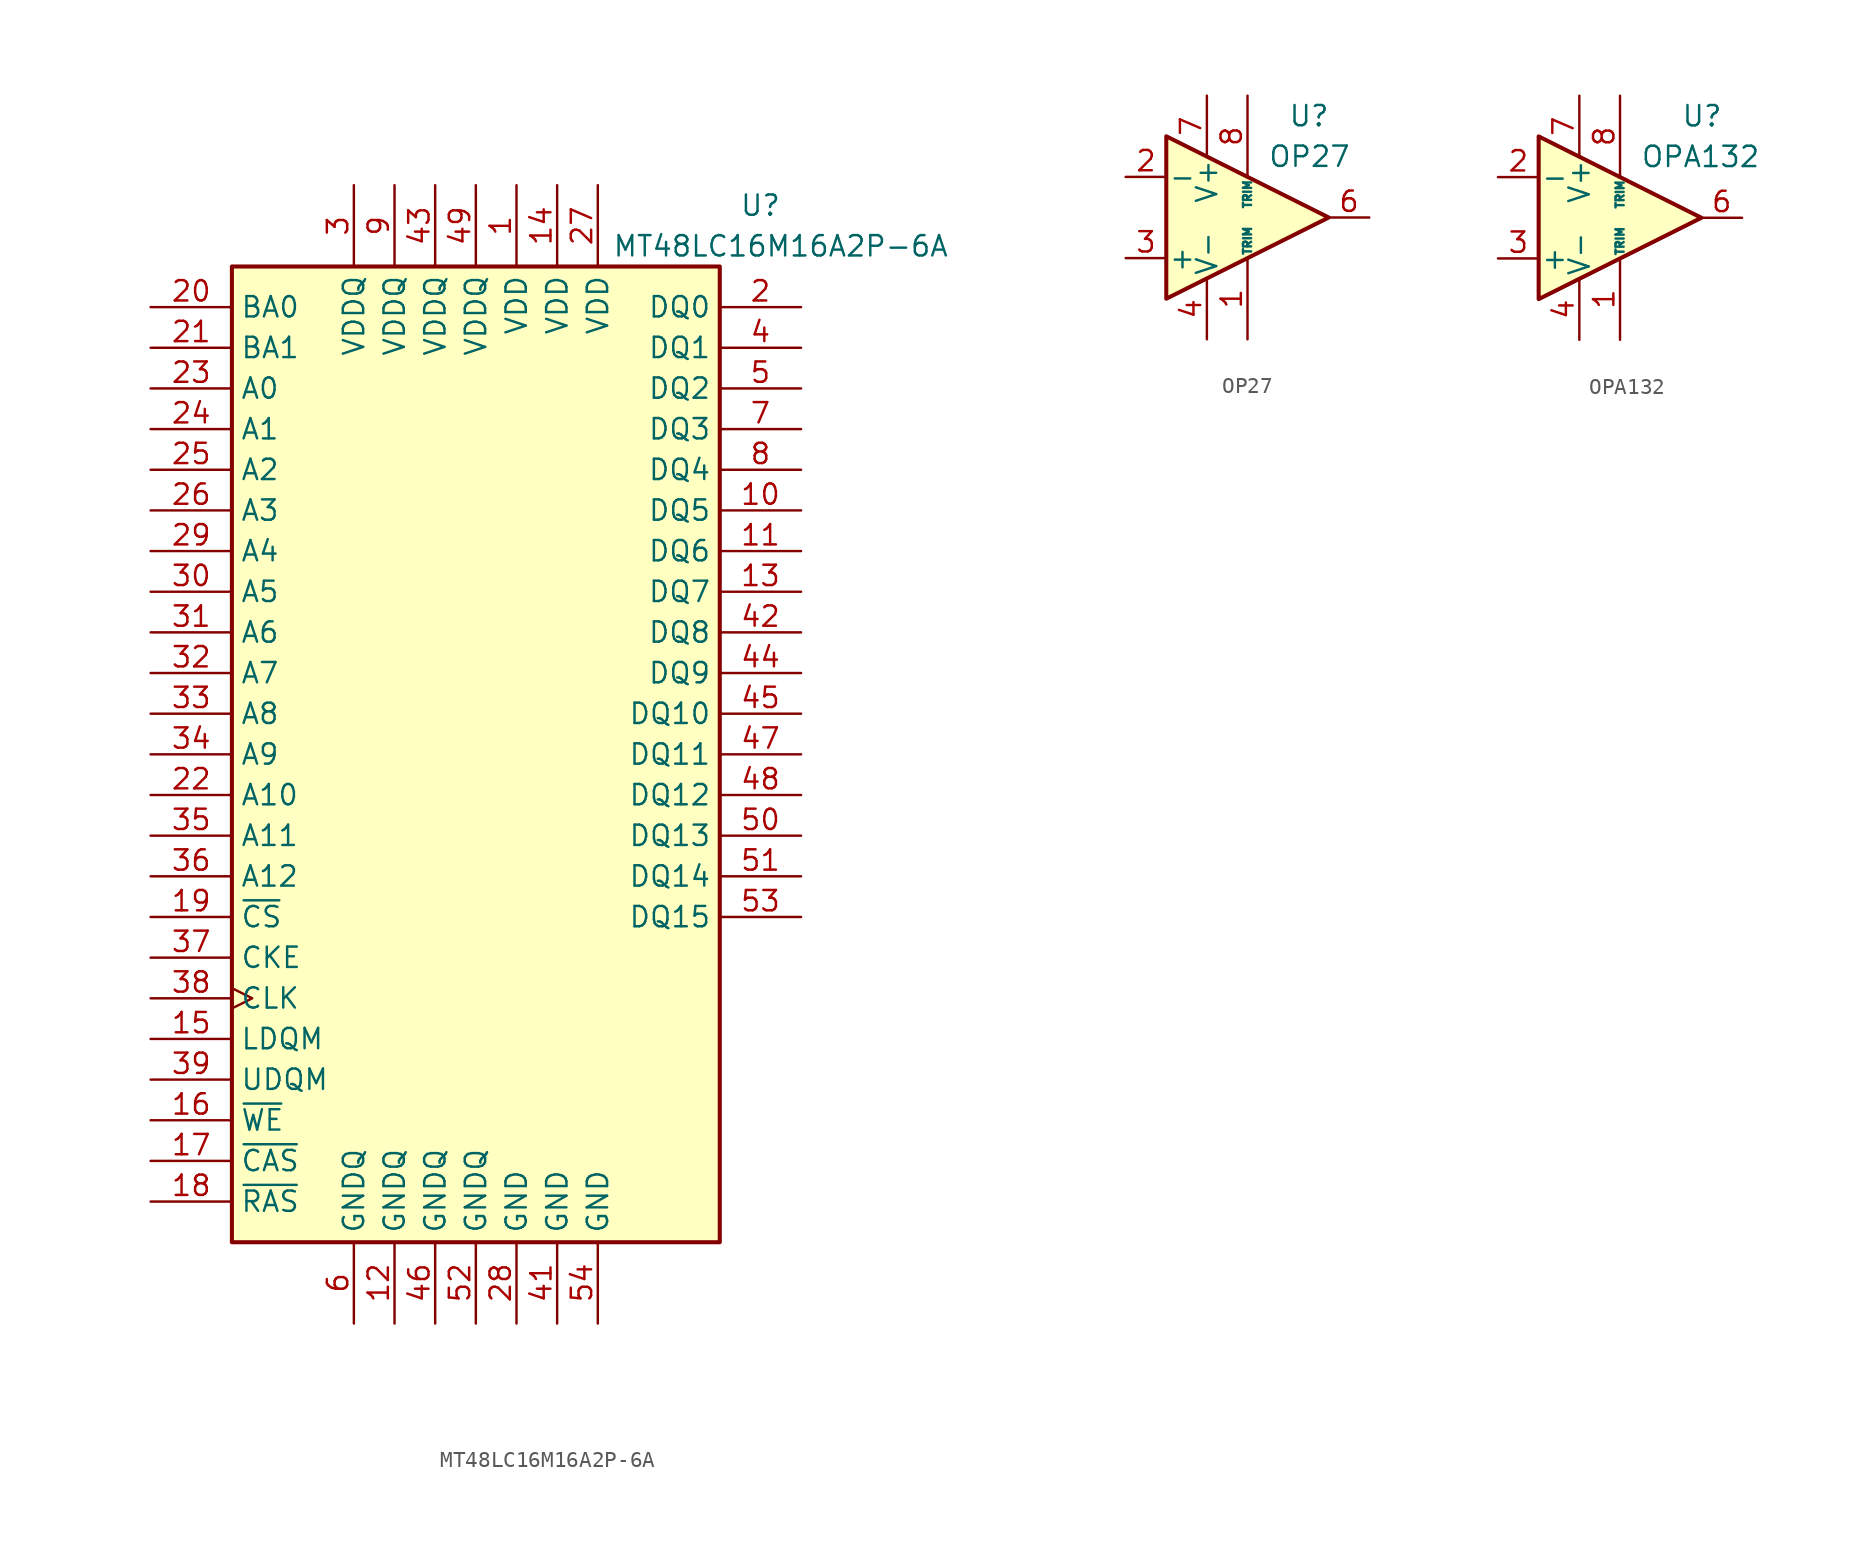
<source format=kicad_sym>
(kicad_symbol_lib
  (version 20220914)
  (generator kicad_symbol_editor)
  (symbol "MT48LC16M16A2P-6A"
    (property "Reference" "U"
      (at 17.78 34.29 0)
      (effects (font (size 1.27 1.27))))
    (property "Value" "MT48LC16M16A2P-6A"
      (at 19.05 31.75 0)
      (effects (font (size 1.27 1.27))))
    (symbol "MT48LC16M16A2P-6A_1_1"
      (rectangle (start -15.24 30.48) (end 15.24 -30.48) (stroke (width 0.254) (type solid)) (fill (type background)))
      (pin power_in line (at 2.54 35.56 270) (length 5.08) (name "VDD" (effects (font (size 1.27 1.27)))) (number "1" (effects (font (size 1.27 1.27)))))
      (pin bidirectional line (at 20.32 15.24 180) (length 5.08) (name "DQ5" (effects (font (size 1.27 1.27)))) (number "10" (effects (font (size 1.27 1.27)))))
      (pin bidirectional line (at 20.32 12.7 180) (length 5.08) (name "DQ6" (effects (font (size 1.27 1.27)))) (number "11" (effects (font (size 1.27 1.27)))))
      (pin power_in line (at -5.08 -35.56 90) (length 5.08) (name "GNDQ" (effects (font (size 1.27 1.27)))) (number "12" (effects (font (size 1.27 1.27)))))
      (pin bidirectional line (at 20.32 10.16 180) (length 5.08) (name "DQ7" (effects (font (size 1.27 1.27)))) (number "13" (effects (font (size 1.27 1.27)))))
      (pin power_in line (at 5.08 35.56 270) (length 5.08) (name "VDD" (effects (font (size 1.27 1.27)))) (number "14" (effects (font (size 1.27 1.27)))))
      (pin input line (at -20.32 -17.78 0) (length 5.08) (name "LDQM" (effects (font (size 1.27 1.27)))) (number "15" (effects (font (size 1.27 1.27)))))
      (pin input line (at -20.32 -22.86 0) (length 5.08) (name "~{WE}" (effects (font (size 1.27 1.27)))) (number "16" (effects (font (size 1.27 1.27)))))
      (pin input line (at -20.32 -25.4 0) (length 5.08) (name "~{CAS}" (effects (font (size 1.27 1.27)))) (number "17" (effects (font (size 1.27 1.27)))))
      (pin input line (at -20.32 -27.94 0) (length 5.08) (name "~{RAS}" (effects (font (size 1.27 1.27)))) (number "18" (effects (font (size 1.27 1.27)))))
      (pin input line (at -20.32 -10.16 0) (length 5.08) (name "~{CS}" (effects (font (size 1.27 1.27)))) (number "19" (effects (font (size 1.27 1.27)))))
      (pin bidirectional line (at 20.32 27.94 180) (length 5.08) (name "DQ0" (effects (font (size 1.27 1.27)))) (number "2" (effects (font (size 1.27 1.27)))))
      (pin input line (at -20.32 27.94 0) (length 5.08) (name "BA0" (effects (font (size 1.27 1.27)))) (number "20" (effects (font (size 1.27 1.27)))))
      (pin input line (at -20.32 25.4 0) (length 5.08) (name "BA1" (effects (font (size 1.27 1.27)))) (number "21" (effects (font (size 1.27 1.27)))))
      (pin input line (at -20.32 -2.54 0) (length 5.08) (name "A10" (effects (font (size 1.27 1.27)))) (number "22" (effects (font (size 1.27 1.27)))))
      (pin input line (at -20.32 22.86 0) (length 5.08) (name "A0" (effects (font (size 1.27 1.27)))) (number "23" (effects (font (size 1.27 1.27)))))
      (pin input line (at -20.32 20.32 0) (length 5.08) (name "A1" (effects (font (size 1.27 1.27)))) (number "24" (effects (font (size 1.27 1.27)))))
      (pin input line (at -20.32 17.78 0) (length 5.08) (name "A2" (effects (font (size 1.27 1.27)))) (number "25" (effects (font (size 1.27 1.27)))))
      (pin input line (at -20.32 15.24 0) (length 5.08) (name "A3" (effects (font (size 1.27 1.27)))) (number "26" (effects (font (size 1.27 1.27)))))
      (pin power_in line (at 7.62 35.56 270) (length 5.08) (name "VDD" (effects (font (size 1.27 1.27)))) (number "27" (effects (font (size 1.27 1.27)))))
      (pin power_in line (at 2.54 -35.56 90) (length 5.08) (name "GND" (effects (font (size 1.27 1.27)))) (number "28" (effects (font (size 1.27 1.27)))))
      (pin input line (at -20.32 12.7 0) (length 5.08) (name "A4" (effects (font (size 1.27 1.27)))) (number "29" (effects (font (size 1.27 1.27)))))
      (pin power_in line (at -7.62 35.56 270) (length 5.08) (name "VDDQ" (effects (font (size 1.27 1.27)))) (number "3" (effects (font (size 1.27 1.27)))))
      (pin input line (at -20.32 10.16 0) (length 5.08) (name "A5" (effects (font (size 1.27 1.27)))) (number "30" (effects (font (size 1.27 1.27)))))
      (pin input line (at -20.32 7.62 0) (length 5.08) (name "A6" (effects (font (size 1.27 1.27)))) (number "31" (effects (font (size 1.27 1.27)))))
      (pin input line (at -20.32 5.08 0) (length 5.08) (name "A7" (effects (font (size 1.27 1.27)))) (number "32" (effects (font (size 1.27 1.27)))))
      (pin input line (at -20.32 2.54 0) (length 5.08) (name "A8" (effects (font (size 1.27 1.27)))) (number "33" (effects (font (size 1.27 1.27)))))
      (pin input line (at -20.32 0 0) (length 5.08) (name "A9" (effects (font (size 1.27 1.27)))) (number "34" (effects (font (size 1.27 1.27)))))
      (pin input line (at -20.32 -5.08 0) (length 5.08) (name "A11" (effects (font (size 1.27 1.27)))) (number "35" (effects (font (size 1.27 1.27)))))
      (pin input line (at -20.32 -7.62 0) (length 5.08) (name "A12" (effects (font (size 1.27 1.27)))) (number "36" (effects (font (size 1.27 1.27)))))
      (pin input line (at -20.32 -12.7 0) (length 5.08) (name "CKE" (effects (font (size 1.27 1.27)))) (number "37" (effects (font (size 1.27 1.27)))))
      (pin input clock (at -20.32 -15.24 0) (length 5.08) (name "CLK" (effects (font (size 1.27 1.27)))) (number "38" (effects (font (size 1.27 1.27)))))
      (pin input line (at -20.32 -20.32 0) (length 5.08) (name "UDQM" (effects (font (size 1.27 1.27)))) (number "39" (effects (font (size 1.27 1.27)))))
      (pin bidirectional line (at 20.32 25.4 180) (length 5.08) (name "DQ1" (effects (font (size 1.27 1.27)))) (number "4" (effects (font (size 1.27 1.27)))))
      (pin no_connect line (at 15.24 -20.32 180) (length 5.08) hide (name "NC" (effects (font (size 1.27 1.27)))) (number "40" (effects (font (size 1.27 1.27)))))
      (pin power_in line (at 5.08 -35.56 90) (length 5.08) (name "GND" (effects (font (size 1.27 1.27)))) (number "41" (effects (font (size 1.27 1.27)))))
      (pin bidirectional line (at 20.32 7.62 180) (length 5.08) (name "DQ8" (effects (font (size 1.27 1.27)))) (number "42" (effects (font (size 1.27 1.27)))))
      (pin power_in line (at -2.54 35.56 270) (length 5.08) (name "VDDQ" (effects (font (size 1.27 1.27)))) (number "43" (effects (font (size 1.27 1.27)))))
      (pin bidirectional line (at 20.32 5.08 180) (length 5.08) (name "DQ9" (effects (font (size 1.27 1.27)))) (number "44" (effects (font (size 1.27 1.27)))))
      (pin bidirectional line (at 20.32 2.54 180) (length 5.08) (name "DQ10" (effects (font (size 1.27 1.27)))) (number "45" (effects (font (size 1.27 1.27)))))
      (pin power_in line (at -2.54 -35.56 90) (length 5.08) (name "GNDQ" (effects (font (size 1.27 1.27)))) (number "46" (effects (font (size 1.27 1.27)))))
      (pin bidirectional line (at 20.32 0 180) (length 5.08) (name "DQ11" (effects (font (size 1.27 1.27)))) (number "47" (effects (font (size 1.27 1.27)))))
      (pin bidirectional line (at 20.32 -2.54 180) (length 5.08) (name "DQ12" (effects (font (size 1.27 1.27)))) (number "48" (effects (font (size 1.27 1.27)))))
      (pin power_in line (at 0 35.56 270) (length 5.08) (name "VDDQ" (effects (font (size 1.27 1.27)))) (number "49" (effects (font (size 1.27 1.27)))))
      (pin bidirectional line (at 20.32 22.86 180) (length 5.08) (name "DQ2" (effects (font (size 1.27 1.27)))) (number "5" (effects (font (size 1.27 1.27)))))
      (pin bidirectional line (at 20.32 -5.08 180) (length 5.08) (name "DQ13" (effects (font (size 1.27 1.27)))) (number "50" (effects (font (size 1.27 1.27)))))
      (pin bidirectional line (at 20.32 -7.62 180) (length 5.08) (name "DQ14" (effects (font (size 1.27 1.27)))) (number "51" (effects (font (size 1.27 1.27)))))
      (pin power_in line (at 0 -35.56 90) (length 5.08) (name "GNDQ" (effects (font (size 1.27 1.27)))) (number "52" (effects (font (size 1.27 1.27)))))
      (pin bidirectional line (at 20.32 -10.16 180) (length 5.08) (name "DQ15" (effects (font (size 1.27 1.27)))) (number "53" (effects (font (size 1.27 1.27)))))
      (pin power_in line (at 7.62 -35.56 90) (length 5.08) (name "GND" (effects (font (size 1.27 1.27)))) (number "54" (effects (font (size 1.27 1.27)))))
      (pin power_in line (at -7.62 -35.56 90) (length 5.08) (name "GNDQ" (effects (font (size 1.27 1.27)))) (number "6" (effects (font (size 1.27 1.27)))))
      (pin bidirectional line (at 20.32 20.32 180) (length 5.08) (name "DQ3" (effects (font (size 1.27 1.27)))) (number "7" (effects (font (size 1.27 1.27)))))
      (pin bidirectional line (at 20.32 17.78 180) (length 5.08) (name "DQ4" (effects (font (size 1.27 1.27)))) (number "8" (effects (font (size 1.27 1.27)))))
      (pin power_in line (at -5.08 35.56 270) (length 5.08) (name "VDDQ" (effects (font (size 1.27 1.27)))) (number "9" (effects (font (size 1.27 1.27)))))))
  (symbol "OP27"
    (pin_names
      (offset 0.127))
    (property "Reference" "U"
      (at 2.54 6.35 0)
      (effects (font (size 1.27 1.27)) (justify left)))
    (property "Value" "OP27"
      (at 1.27 3.81 0)
      (effects (font (size 1.27 1.27)) (justify left)))
    (symbol "OP27_0_1"
      (polyline (pts (xy -5.08 5.08) (xy 5.08 0) (xy -5.08 -5.08) (xy -5.08 5.08)) (stroke (width 0.254) (type solid)) (fill (type background))))
    (symbol "OP27_1_1"
      (pin input line (at 0 -7.62 90) (length 5.08) (name "TRIM" (effects (font (size 0.508 0.508)))) (number "1" (effects (font (size 1.27 1.27)))))
      (pin input line (at -7.62 2.54 0) (length 2.54) (name "-" (effects (font (size 1.27 1.27)))) (number "2" (effects (font (size 1.27 1.27)))))
      (pin input line (at -7.62 -2.54 0) (length 2.54) (name "+" (effects (font (size 1.27 1.27)))) (number "3" (effects (font (size 1.27 1.27)))))
      (pin power_in line (at -2.54 -7.62 90) (length 3.81) (name "V-" (effects (font (size 1.27 1.27)))) (number "4" (effects (font (size 1.27 1.27)))))
      (pin no_connect non_logic (at 2.54 -1.27 90) (length 0) hide (name "NC" (effects (font (size 0.508 0.508)))) (number "5" (effects (font (size 1.27 1.27)))))
      (pin output line (at 7.62 0 180) (length 2.54) (name "~" (effects (font (size 1.27 1.27)))) (number "6" (effects (font (size 1.27 1.27)))))
      (pin power_in line (at -2.54 7.62 270) (length 3.81) (name "V+" (effects (font (size 1.27 1.27)))) (number "7" (effects (font (size 1.27 1.27)))))
      (pin input line (at 0 7.62 270) (length 5.08) (name "TRIM" (effects (font (size 0.508 0.508)))) (number "8" (effects (font (size 1.27 1.27)))))))
  (symbol "OPA132"
    (pin_names
      (offset 0.127))
    (property "Reference" "U"
      (at 3.81 6.35 0)
      (effects (font (size 1.27 1.27)) (justify left)))
    (property "Value" "OPA132"
      (at 1.27 3.81 0)
      (effects (font (size 1.27 1.27)) (justify left)))
    (symbol "OPA132_0_1"
      (polyline (pts (xy -5.08 5.08) (xy 5.08 0) (xy -5.08 -5.08) (xy -5.08 5.08)) (stroke (width 0.254) (type solid)) (fill (type background))))
    (symbol "OPA132_1_1"
      (pin input line (at 0 -7.62 90) (length 5.08) (name "TRIM" (effects (font (size 0.508 0.508)))) (number "1" (effects (font (size 1.27 1.27)))))
      (pin input line (at -7.62 2.54 0) (length 2.54) (name "-" (effects (font (size 1.27 1.27)))) (number "2" (effects (font (size 1.27 1.27)))))
      (pin input line (at -7.62 -2.54 0) (length 2.54) (name "+" (effects (font (size 1.27 1.27)))) (number "3" (effects (font (size 1.27 1.27)))))
      (pin power_in line (at -2.54 -7.62 90) (length 3.81) (name "V-" (effects (font (size 1.27 1.27)))) (number "4" (effects (font (size 1.27 1.27)))))
      (pin no_connect non_logic (at 2.54 -1.27 90) (length 0) hide (name "NC" (effects (font (size 0.508 0.508)))) (number "5" (effects (font (size 1.27 1.27)))))
      (pin output line (at 7.62 0 180) (length 2.54) (name "~" (effects (font (size 1.27 1.27)))) (number "6" (effects (font (size 1.27 1.27)))))
      (pin power_in line (at -2.54 7.62 270) (length 3.81) (name "V+" (effects (font (size 1.27 1.27)))) (number "7" (effects (font (size 1.27 1.27)))))
      (pin input line (at 0 7.62 270) (length 5.08) (name "TRIM" (effects (font (size 0.508 0.508)))) (number "8" (effects (font (size 1.27 1.27))))))))
</source>
